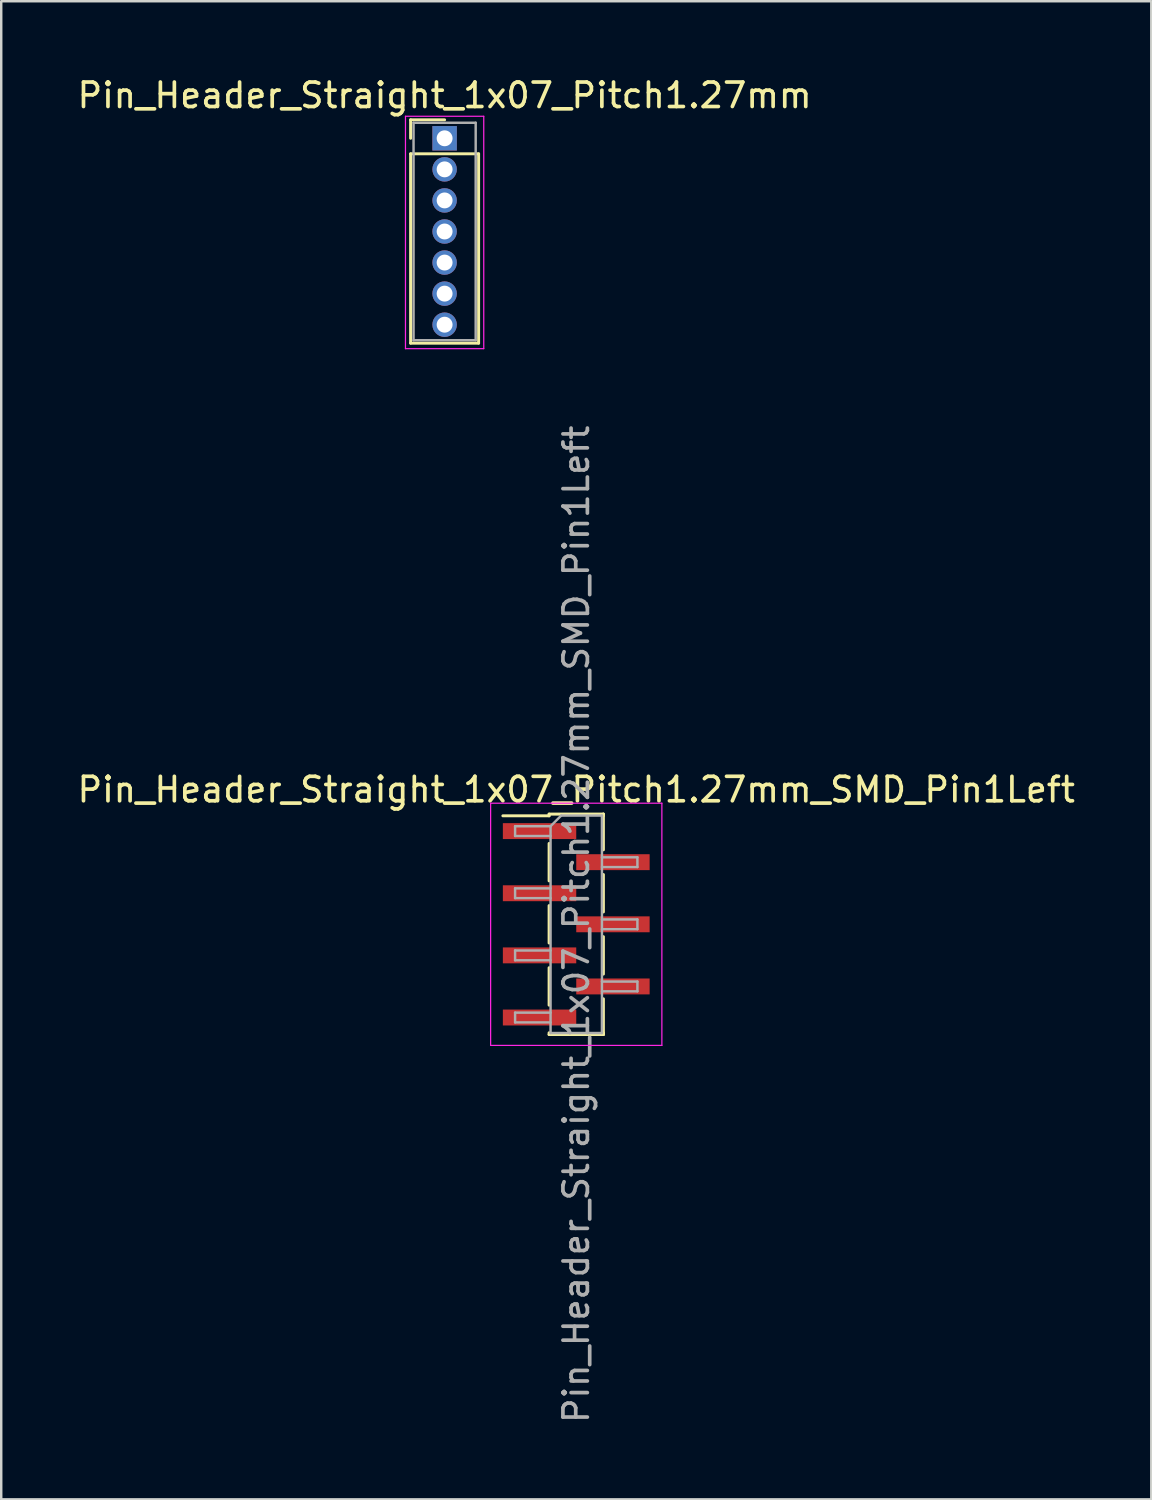
<source format=kicad_pcb>
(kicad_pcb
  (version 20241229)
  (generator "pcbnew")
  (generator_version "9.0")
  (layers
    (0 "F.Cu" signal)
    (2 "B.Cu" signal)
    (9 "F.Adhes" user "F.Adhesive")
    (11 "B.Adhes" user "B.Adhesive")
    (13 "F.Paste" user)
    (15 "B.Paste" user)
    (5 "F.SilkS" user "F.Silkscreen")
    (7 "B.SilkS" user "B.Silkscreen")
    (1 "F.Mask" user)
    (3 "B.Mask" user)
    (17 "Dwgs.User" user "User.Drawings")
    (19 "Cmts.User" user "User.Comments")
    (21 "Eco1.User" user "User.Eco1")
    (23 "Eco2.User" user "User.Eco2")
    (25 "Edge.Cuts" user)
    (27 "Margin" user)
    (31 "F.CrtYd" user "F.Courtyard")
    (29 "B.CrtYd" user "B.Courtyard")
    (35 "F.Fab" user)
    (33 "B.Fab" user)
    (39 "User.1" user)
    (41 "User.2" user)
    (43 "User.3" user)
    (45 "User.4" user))
  (footprint "Pin_Header_Straight_1x07_Pitch1.27mm"
    (layer "F.Cu")
    (at 15.125 2.603)
    (property "Reference" "Pin_Header_Straight_1x07_Pitch1.27mm" (at 0 -1.755 0) (layer "F.SilkS") (effects (font (size 1 1) (thickness 0.15))))
    (attr through_hole)
    (fp_line (start -1.39 -0.755) (end 0 -0.755) (stroke (width 0.12) (type solid)) (layer "F.SilkS"))
    (fp_line (start -1.39 0) (end -1.39 -0.755) (stroke (width 0.12) (type solid)) (layer "F.SilkS"))
    (fp_line (start -1.39 0.635) (end -1.39 8.375) (stroke (width 0.12) (type solid)) (layer "F.SilkS"))
    (fp_line (start -1.39 8.375) (end 1.39 8.375) (stroke (width 0.12) (type solid)) (layer "F.SilkS"))
    (fp_line (start 1.39 0.635) (end -1.39 0.635) (stroke (width 0.12) (type solid)) (layer "F.SilkS"))
    (fp_line (start 1.39 8.375) (end 1.39 0.635) (stroke (width 0.12) (type solid)) (layer "F.SilkS"))
    (fp_line (start -1.6 -0.9) (end -1.6 8.6) (stroke (width 0.05) (type solid)) (layer "F.CrtYd"))
    (fp_line (start -1.6 8.6) (end 1.6 8.6) (stroke (width 0.05) (type solid)) (layer "F.CrtYd"))
    (fp_line (start 1.6 -0.9) (end -1.6 -0.9) (stroke (width 0.05) (type solid)) (layer "F.CrtYd"))
    (fp_line (start 1.6 8.6) (end 1.6 -0.9) (stroke (width 0.05) (type solid)) (layer "F.CrtYd"))
    (fp_line (start -1.27 -0.635) (end -1.27 8.255) (stroke (width 0.1) (type solid)) (layer "F.Fab"))
    (fp_line (start -1.27 8.255) (end 1.27 8.255) (stroke (width 0.1) (type solid)) (layer "F.Fab"))
    (fp_line (start 1.27 -0.635) (end -1.27 -0.635) (stroke (width 0.1) (type solid)) (layer "F.Fab"))
    (fp_line (start 1.27 8.255) (end 1.27 -0.635) (stroke (width 0.1) (type solid)) (layer "F.Fab"))
    (pad "1" thru_hole rect (at 0 0) (size 1 1) (drill 0.65) (layers "*.Cu" "*.Mask"))
    (pad "2" thru_hole oval (at 0 1.27) (size 1 1) (drill 0.65) (layers "*.Cu" "*.Mask"))
    (pad "3" thru_hole oval (at 0 2.54) (size 1 1) (drill 0.65) (layers "*.Cu" "*.Mask"))
    (pad "4" thru_hole oval (at 0 3.81) (size 1 1) (drill 0.65) (layers "*.Cu" "*.Mask"))
    (pad "5" thru_hole oval (at 0 5.08) (size 1 1) (drill 0.65) (layers "*.Cu" "*.Mask"))
    (pad "6" thru_hole oval (at 0 6.35) (size 1 1) (drill 0.65) (layers "*.Cu" "*.Mask"))
    (pad "7" thru_hole oval (at 0 7.62) (size 1 1) (drill 0.65) (layers "*.Cu" "*.Mask")))
  (footprint "Pin_Header_Straight_1x07_Pitch1.27mm_SMD_Pin1Left"
    (layer "F.Cu")
    (at 20.506 34.734)
    (property "Reference" "Pin_Header_Straight_1x07_Pitch1.27mm_SMD_Pin1Left" (at 0 -5.505 0) (layer "F.SilkS") (effects (font (size 1 1) (thickness 0.15))))
    (attr smd)
    (fp_line (start -1.11 -4.505) (end 1.11 -4.505) (stroke (width 0.12) (type solid)) (layer "F.SilkS"))
    (fp_line (start -1.11 -4.435) (end -3 -4.435) (stroke (width 0.12) (type solid)) (layer "F.SilkS"))
    (fp_line (start -1.11 -4.435) (end -1.11 -4.505) (stroke (width 0.12) (type solid)) (layer "F.SilkS"))
    (fp_line (start -1.11 -3.305) (end -1.11 -1.775) (stroke (width 0.12) (type solid)) (layer "F.SilkS"))
    (fp_line (start -1.11 -0.765) (end -1.11 0.765) (stroke (width 0.12) (type solid)) (layer "F.SilkS"))
    (fp_line (start -1.11 1.775) (end -1.11 3.305) (stroke (width 0.12) (type solid)) (layer "F.SilkS"))
    (fp_line (start -1.11 4.435) (end -1.11 4.505) (stroke (width 0.12) (type solid)) (layer "F.SilkS"))
    (fp_line (start -1.11 4.505) (end 1.11 4.505) (stroke (width 0.12) (type solid)) (layer "F.SilkS"))
    (fp_line (start 1.11 -4.505) (end 1.11 -4.435) (stroke (width 0.12) (type solid)) (layer "F.SilkS"))
    (fp_line (start 1.11 -4.505) (end 1.11 -3.045) (stroke (width 0.12) (type solid)) (layer "F.SilkS"))
    (fp_line (start 1.11 -2.035) (end 1.11 -0.505) (stroke (width 0.12) (type solid)) (layer "F.SilkS"))
    (fp_line (start 1.11 0.505) (end 1.11 2.035) (stroke (width 0.12) (type solid)) (layer "F.SilkS"))
    (fp_line (start 1.11 3.045) (end 1.11 4.505) (stroke (width 0.12) (type solid)) (layer "F.SilkS"))
    (fp_line (start 1.11 4.505) (end 1.11 4.435) (stroke (width 0.12) (type solid)) (layer "F.SilkS"))
    (fp_line (start -3.5 -4.95) (end -3.5 4.95) (stroke (width 0.05) (type solid)) (layer "F.CrtYd"))
    (fp_line (start -3.5 4.95) (end 3.5 4.95) (stroke (width 0.05) (type solid)) (layer "F.CrtYd"))
    (fp_line (start 3.5 -4.95) (end -3.5 -4.95) (stroke (width 0.05) (type solid)) (layer "F.CrtYd"))
    (fp_line (start 3.5 4.95) (end 3.5 -4.95) (stroke (width 0.05) (type solid)) (layer "F.CrtYd"))
    (fp_line (start -2.5 -4.01) (end -2.5 -3.61) (stroke (width 0.1) (type solid)) (layer "F.Fab"))
    (fp_line (start -2.5 -3.61) (end -1.05 -3.61) (stroke (width 0.1) (type solid)) (layer "F.Fab"))
    (fp_line (start -2.5 -1.47) (end -2.5 -1.07) (stroke (width 0.1) (type solid)) (layer "F.Fab"))
    (fp_line (start -2.5 -1.07) (end -1.05 -1.07) (stroke (width 0.1) (type solid)) (layer "F.Fab"))
    (fp_line (start -2.5 1.07) (end -2.5 1.47) (stroke (width 0.1) (type solid)) (layer "F.Fab"))
    (fp_line (start -2.5 1.47) (end -1.05 1.47) (stroke (width 0.1) (type solid)) (layer "F.Fab"))
    (fp_line (start -2.5 3.61) (end -2.5 4.01) (stroke (width 0.1) (type solid)) (layer "F.Fab"))
    (fp_line (start -2.5 4.01) (end -1.05 4.01) (stroke (width 0.1) (type solid)) (layer "F.Fab"))
    (fp_line (start -1.05 -4.01) (end -2.5 -4.01) (stroke (width 0.1) (type solid)) (layer "F.Fab"))
    (fp_line (start -1.05 -4.01) (end -0.615 -4.445) (stroke (width 0.1) (type solid)) (layer "F.Fab"))
    (fp_line (start -1.05 -1.47) (end -2.5 -1.47) (stroke (width 0.1) (type solid)) (layer "F.Fab"))
    (fp_line (start -1.05 1.07) (end -2.5 1.07) (stroke (width 0.1) (type solid)) (layer "F.Fab"))
    (fp_line (start -1.05 3.61) (end -2.5 3.61) (stroke (width 0.1) (type solid)) (layer "F.Fab"))
    (fp_line (start -1.05 4.445) (end -1.05 -4.01) (stroke (width 0.1) (type solid)) (layer "F.Fab"))
    (fp_line (start -0.615 -4.445) (end 1.05 -4.445) (stroke (width 0.1) (type solid)) (layer "F.Fab"))
    (fp_line (start 1.05 -4.445) (end 1.05 4.445) (stroke (width 0.1) (type solid)) (layer "F.Fab"))
    (fp_line (start 1.05 -2.74) (end 2.5 -2.74) (stroke (width 0.1) (type solid)) (layer "F.Fab"))
    (fp_line (start 1.05 -0.2) (end 2.5 -0.2) (stroke (width 0.1) (type solid)) (layer "F.Fab"))
    (fp_line (start 1.05 2.34) (end 2.5 2.34) (stroke (width 0.1) (type solid)) (layer "F.Fab"))
    (fp_line (start 1.05 4.445) (end -1.05 4.445) (stroke (width 0.1) (type solid)) (layer "F.Fab"))
    (fp_line (start 2.5 -2.74) (end 2.5 -2.34) (stroke (width 0.1) (type solid)) (layer "F.Fab"))
    (fp_line (start 2.5 -2.34) (end 1.05 -2.34) (stroke (width 0.1) (type solid)) (layer "F.Fab"))
    (fp_line (start 2.5 -0.2) (end 2.5 0.2) (stroke (width 0.1) (type solid)) (layer "F.Fab"))
    (fp_line (start 2.5 0.2) (end 1.05 0.2) (stroke (width 0.1) (type solid)) (layer "F.Fab"))
    (fp_line (start 2.5 2.34) (end 2.5 2.74) (stroke (width 0.1) (type solid)) (layer "F.Fab"))
    (fp_line (start 2.5 2.74) (end 1.05 2.74) (stroke (width 0.1) (type solid)) (layer "F.Fab"))
    (fp_text user "${REFERENCE}" (at 0 0 90) (layer "F.Fab") (effects (font (size 1 1) (thickness 0.15))))
    (pad "1" smd rect (at -1.5 -3.81) (size 3 0.65) (layers "F.Cu" "F.Mask" "F.Paste"))
    (pad "2" smd rect (at 1.5 -2.54) (size 3 0.65) (layers "F.Cu" "F.Mask" "F.Paste"))
    (pad "3" smd rect (at -1.5 -1.27) (size 3 0.65) (layers "F.Cu" "F.Mask" "F.Paste"))
    (pad "4" smd rect (at 1.5 0) (size 3 0.65) (layers "F.Cu" "F.Mask" "F.Paste"))
    (pad "5" smd rect (at -1.5 1.27) (size 3 0.65) (layers "F.Cu" "F.Mask" "F.Paste"))
    (pad "6" smd rect (at 1.5 2.54) (size 3 0.65) (layers "F.Cu" "F.Mask" "F.Paste"))
    (pad "7" smd rect (at -1.5 3.81) (size 3 0.65) (layers "F.Cu" "F.Mask" "F.Paste")))
  (gr_rect
    (start -3 -3)
    (end 44.012 58.24)
    (stroke (width 0.1) (type default))
    (fill no)
    (layer "Edge.Cuts")))
</source>
